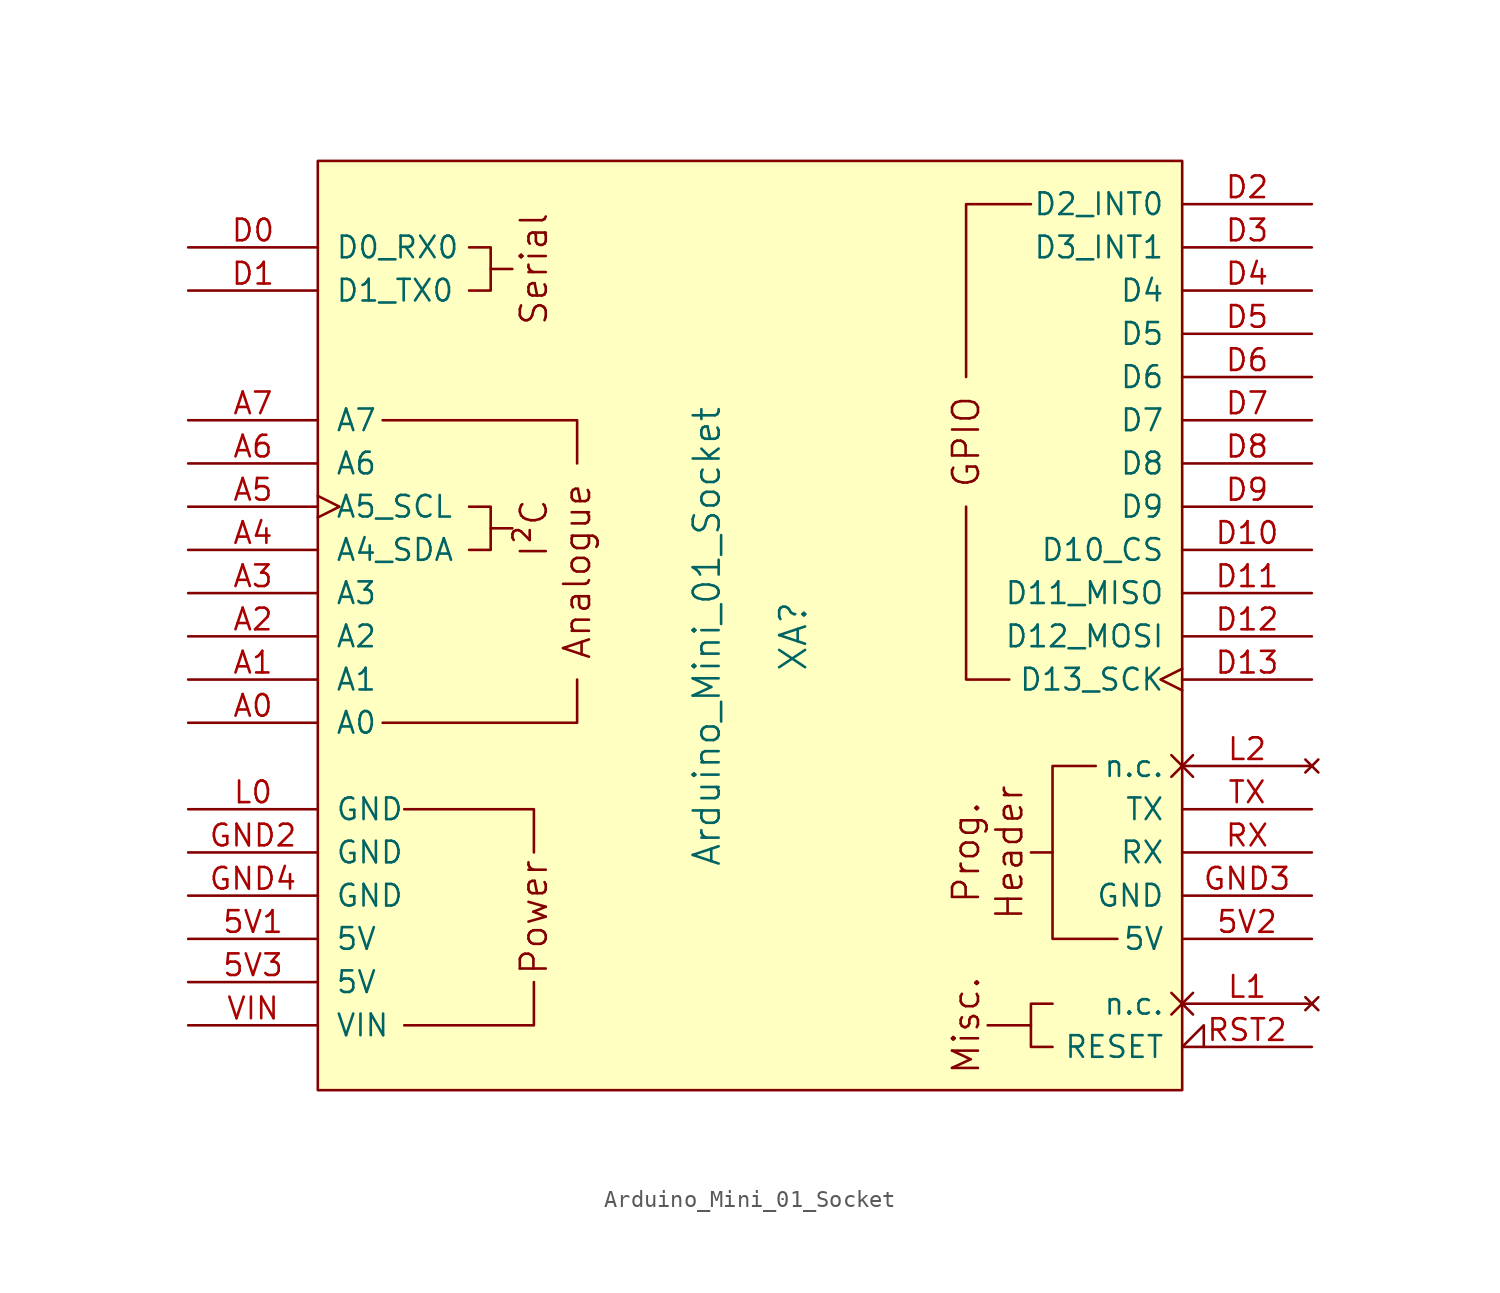
<source format=kicad_sym>
(kicad_symbol_lib
  (version 20211014)
  (generator kicad_symbol_editor)
  (symbol "Arduino_Mini_01_Socket"
    (pin_names
      (offset 1.016))
    (property "Reference" "XA"
      (at 2.54 0 90)
      (effects (font (size 1.524 1.524))))
    (property "Value" "Arduino_Mini_01_Socket"
      (at -2.54 0 90)
      (effects (font (size 1.524 1.524))))
    (symbol "Arduino_Mini_01_Socket_0_0"
      (rectangle (start -25.4 27.94) (end 25.4 -26.67) (stroke (width 0) (type default) (color 0 0 0 0)) (fill (type background)))
      (polyline (pts (xy -15.24 6.35) (xy -13.97 6.35)) (stroke (width 0) (type default) (color 0 0 0 0)) (fill (type none)))
      (polyline (pts (xy -15.24 21.59) (xy -13.97 21.59)) (stroke (width 0) (type default) (color 0 0 0 0)) (fill (type none)))
      (polyline (pts (xy 16.51 -22.86) (xy 13.97 -22.86)) (stroke (width 0) (type default) (color 0 0 0 0)) (fill (type none)))
      (polyline (pts (xy -20.32 -22.86) (xy -12.7 -22.86) (xy -12.7 -20.32)) (stroke (width 0) (type default) (color 0 0 0 0)) (fill (type none)))
      (polyline (pts (xy -12.7 -12.7) (xy -12.7 -10.16) (xy -20.32 -10.16)) (stroke (width 0) (type default) (color 0 0 0 0)) (fill (type none)))
      (polyline (pts (xy -10.16 -2.54) (xy -10.16 -5.08) (xy -21.59 -5.08)) (stroke (width 0) (type default) (color 0 0 0 0)) (fill (type none)))
      (polyline (pts (xy -10.16 10.16) (xy -10.16 12.7) (xy -21.59 12.7)) (stroke (width 0) (type default) (color 0 0 0 0)) (fill (type none)))
      (polyline (pts (xy 17.78 -12.7) (xy 17.78 -17.78) (xy 21.59 -17.78)) (stroke (width 0) (type default) (color 0 0 0 0)) (fill (type none)))
      (polyline (pts (xy -16.51 7.62) (xy -15.24 7.62) (xy -15.24 5.08) (xy -16.51 5.08)) (stroke (width 0) (type default) (color 0 0 0 0)) (fill (type none)))
      (polyline (pts (xy -16.51 22.86) (xy -15.24 22.86) (xy -15.24 20.32) (xy -16.51 20.32)) (stroke (width 0) (type default) (color 0 0 0 0)) (fill (type none)))
      (polyline (pts (xy 20.32 -7.62) (xy 17.78 -7.62) (xy 17.78 -12.7) (xy 16.51 -12.7)) (stroke (width 0) (type default) (color 0 0 0 0)) (fill (type none)))
      (text "Analogue" (at -10.16 3.81 900) (effects (font (size 1.524 1.524))))
      (text "Header" (at 15.24 -12.7 900) (effects (font (size 1.524 1.524))))
      (text "I²C" (at -12.7 6.35 900) (effects (font (size 1.524 1.524))))
      (text "Misc." (at 12.7 -22.86 900) (effects (font (size 1.524 1.524))))
      (text "Power" (at -12.7 -16.51 900) (effects (font (size 1.524 1.524))))
      (text "Prog." (at 12.7 -12.7 900) (effects (font (size 1.524 1.524))))
      (text "Serial" (at -12.7 21.59 900) (effects (font (size 1.524 1.524)))))
    (symbol "Arduino_Mini_01_Socket_0_1"
      (polyline (pts (xy 15.24 -2.54) (xy 12.7 -2.54) (xy 12.7 7.62)) (stroke (width 0) (type default) (color 0 0 0 0)) (fill (type none)))
      (polyline (pts (xy 16.51 25.4) (xy 12.7 25.4) (xy 12.7 15.24)) (stroke (width 0) (type default) (color 0 0 0 0)) (fill (type none)))
      (polyline (pts (xy 17.78 -21.59) (xy 16.51 -21.59) (xy 16.51 -24.13) (xy 17.78 -24.13)) (stroke (width 0) (type default) (color 0 0 0 0)) (fill (type none))))
    (symbol "Arduino_Mini_01_Socket_1_0"
      (text "GPIO" (at 12.7 11.43 900) (effects (font (size 1.524 1.524)))))
    (symbol "Arduino_Mini_01_Socket_1_1"
      (pin power_in line (at -33.02 -17.78 0) (length 7.62) (name "5V" (effects (font (size 1.27 1.27)))) (number "5V1" (effects (font (size 1.27 1.27)))))
      (pin power_in line (at 33.02 -17.78 180) (length 7.62) (name "5V" (effects (font (size 1.27 1.27)))) (number "5V2" (effects (font (size 1.27 1.27)))))
      (pin power_in line (at -33.02 -20.32 0) (length 7.62) (name "5V" (effects (font (size 1.27 1.27)))) (number "5V3" (effects (font (size 1.27 1.27)))))
      (pin bidirectional line (at -33.02 -5.08 0) (length 7.62) (name "A0" (effects (font (size 1.27 1.27)))) (number "A0" (effects (font (size 1.27 1.27)))))
      (pin bidirectional line (at -33.02 -2.54 0) (length 7.62) (name "A1" (effects (font (size 1.27 1.27)))) (number "A1" (effects (font (size 1.27 1.27)))))
      (pin bidirectional line (at -33.02 0 0) (length 7.62) (name "A2" (effects (font (size 1.27 1.27)))) (number "A2" (effects (font (size 1.27 1.27)))))
      (pin bidirectional line (at -33.02 2.54 0) (length 7.62) (name "A3" (effects (font (size 1.27 1.27)))) (number "A3" (effects (font (size 1.27 1.27)))))
      (pin bidirectional line (at -33.02 5.08 0) (length 7.62) (name "A4_SDA" (effects (font (size 1.27 1.27)))) (number "A4" (effects (font (size 1.27 1.27)))))
      (pin bidirectional clock (at -33.02 7.62 0) (length 7.62) (name "A5_SCL" (effects (font (size 1.27 1.27)))) (number "A5" (effects (font (size 1.27 1.27)))))
      (pin input line (at -33.02 10.16 0) (length 7.62) (name "A6" (effects (font (size 1.27 1.27)))) (number "A6" (effects (font (size 1.27 1.27)))))
      (pin input line (at -33.02 12.7 0) (length 7.62) (name "A7" (effects (font (size 1.27 1.27)))) (number "A7" (effects (font (size 1.27 1.27)))))
      (pin bidirectional line (at -33.02 22.86 0) (length 7.62) (name "D0_RX0" (effects (font (size 1.27 1.27)))) (number "D0" (effects (font (size 1.27 1.27)))))
      (pin bidirectional line (at -33.02 20.32 0) (length 7.62) (name "D1_TX0" (effects (font (size 1.27 1.27)))) (number "D1" (effects (font (size 1.27 1.27)))))
      (pin bidirectional line (at 33.02 5.08 180) (length 7.62) (name "D10_CS" (effects (font (size 1.27 1.27)))) (number "D10" (effects (font (size 1.27 1.27)))))
      (pin bidirectional line (at 33.02 2.54 180) (length 7.62) (name "D11_MISO" (effects (font (size 1.27 1.27)))) (number "D11" (effects (font (size 1.27 1.27)))))
      (pin bidirectional line (at 33.02 0 180) (length 7.62) (name "D12_MOSI" (effects (font (size 1.27 1.27)))) (number "D12" (effects (font (size 1.27 1.27)))))
      (pin bidirectional clock (at 33.02 -2.54 180) (length 7.62) (name "D13_SCK" (effects (font (size 1.27 1.27)))) (number "D13" (effects (font (size 1.27 1.27)))))
      (pin bidirectional line (at 33.02 25.4 180) (length 7.62) (name "D2_INT0" (effects (font (size 1.27 1.27)))) (number "D2" (effects (font (size 1.27 1.27)))))
      (pin bidirectional line (at 33.02 22.86 180) (length 7.62) (name "D3_INT1" (effects (font (size 1.27 1.27)))) (number "D3" (effects (font (size 1.27 1.27)))))
      (pin bidirectional line (at 33.02 20.32 180) (length 7.62) (name "D4" (effects (font (size 1.27 1.27)))) (number "D4" (effects (font (size 1.27 1.27)))))
      (pin bidirectional line (at 33.02 17.78 180) (length 7.62) (name "D5" (effects (font (size 1.27 1.27)))) (number "D5" (effects (font (size 1.27 1.27)))))
      (pin bidirectional line (at 33.02 15.24 180) (length 7.62) (name "D6" (effects (font (size 1.27 1.27)))) (number "D6" (effects (font (size 1.27 1.27)))))
      (pin bidirectional line (at 33.02 12.7 180) (length 7.62) (name "D7" (effects (font (size 1.27 1.27)))) (number "D7" (effects (font (size 1.27 1.27)))))
      (pin bidirectional line (at 33.02 10.16 180) (length 7.62) (name "D8" (effects (font (size 1.27 1.27)))) (number "D8" (effects (font (size 1.27 1.27)))))
      (pin bidirectional line (at 33.02 7.62 180) (length 7.62) (name "D9" (effects (font (size 1.27 1.27)))) (number "D9" (effects (font (size 1.27 1.27)))))
      (pin power_in line (at -33.02 -12.7 0) (length 7.62) (name "GND" (effects (font (size 1.27 1.27)))) (number "GND2" (effects (font (size 1.27 1.27)))))
      (pin power_in line (at 33.02 -15.24 180) (length 7.62) (name "GND" (effects (font (size 1.27 1.27)))) (number "GND3" (effects (font (size 1.27 1.27)))))
      (pin power_in line (at -33.02 -15.24 0) (length 7.62) (name "GND" (effects (font (size 1.27 1.27)))) (number "GND4" (effects (font (size 1.27 1.27)))))
      (pin power_in line (at -33.02 -10.16 0) (length 7.62) (name "GND" (effects (font (size 1.27 1.27)))) (number "L0" (effects (font (size 1.27 1.27)))))
      (pin no_connect non_logic (at 33.02 -21.59 180) (length 7.62) (name "n.c." (effects (font (size 1.27 1.27)))) (number "L1" (effects (font (size 1.27 1.27)))))
      (pin no_connect non_logic (at 33.02 -7.62 180) (length 7.62) (name "n.c." (effects (font (size 1.27 1.27)))) (number "L2" (effects (font (size 1.27 1.27)))))
      (pin open_collector input_low (at 33.02 -24.13 180) (length 7.62) (name "RESET" (effects (font (size 1.27 1.27)))) (number "RST2" (effects (font (size 1.27 1.27)))))
      (pin bidirectional line (at 33.02 -12.7 180) (length 7.62) (name "RX" (effects (font (size 1.27 1.27)))) (number "RX" (effects (font (size 1.27 1.27)))))
      (pin bidirectional line (at 33.02 -10.16 180) (length 7.62) (name "TX" (effects (font (size 1.27 1.27)))) (number "TX" (effects (font (size 1.27 1.27)))))
      (pin power_in line (at -33.02 -22.86 0) (length 7.62) (name "VIN" (effects (font (size 1.27 1.27)))) (number "VIN" (effects (font (size 1.27 1.27))))))))
</source>
